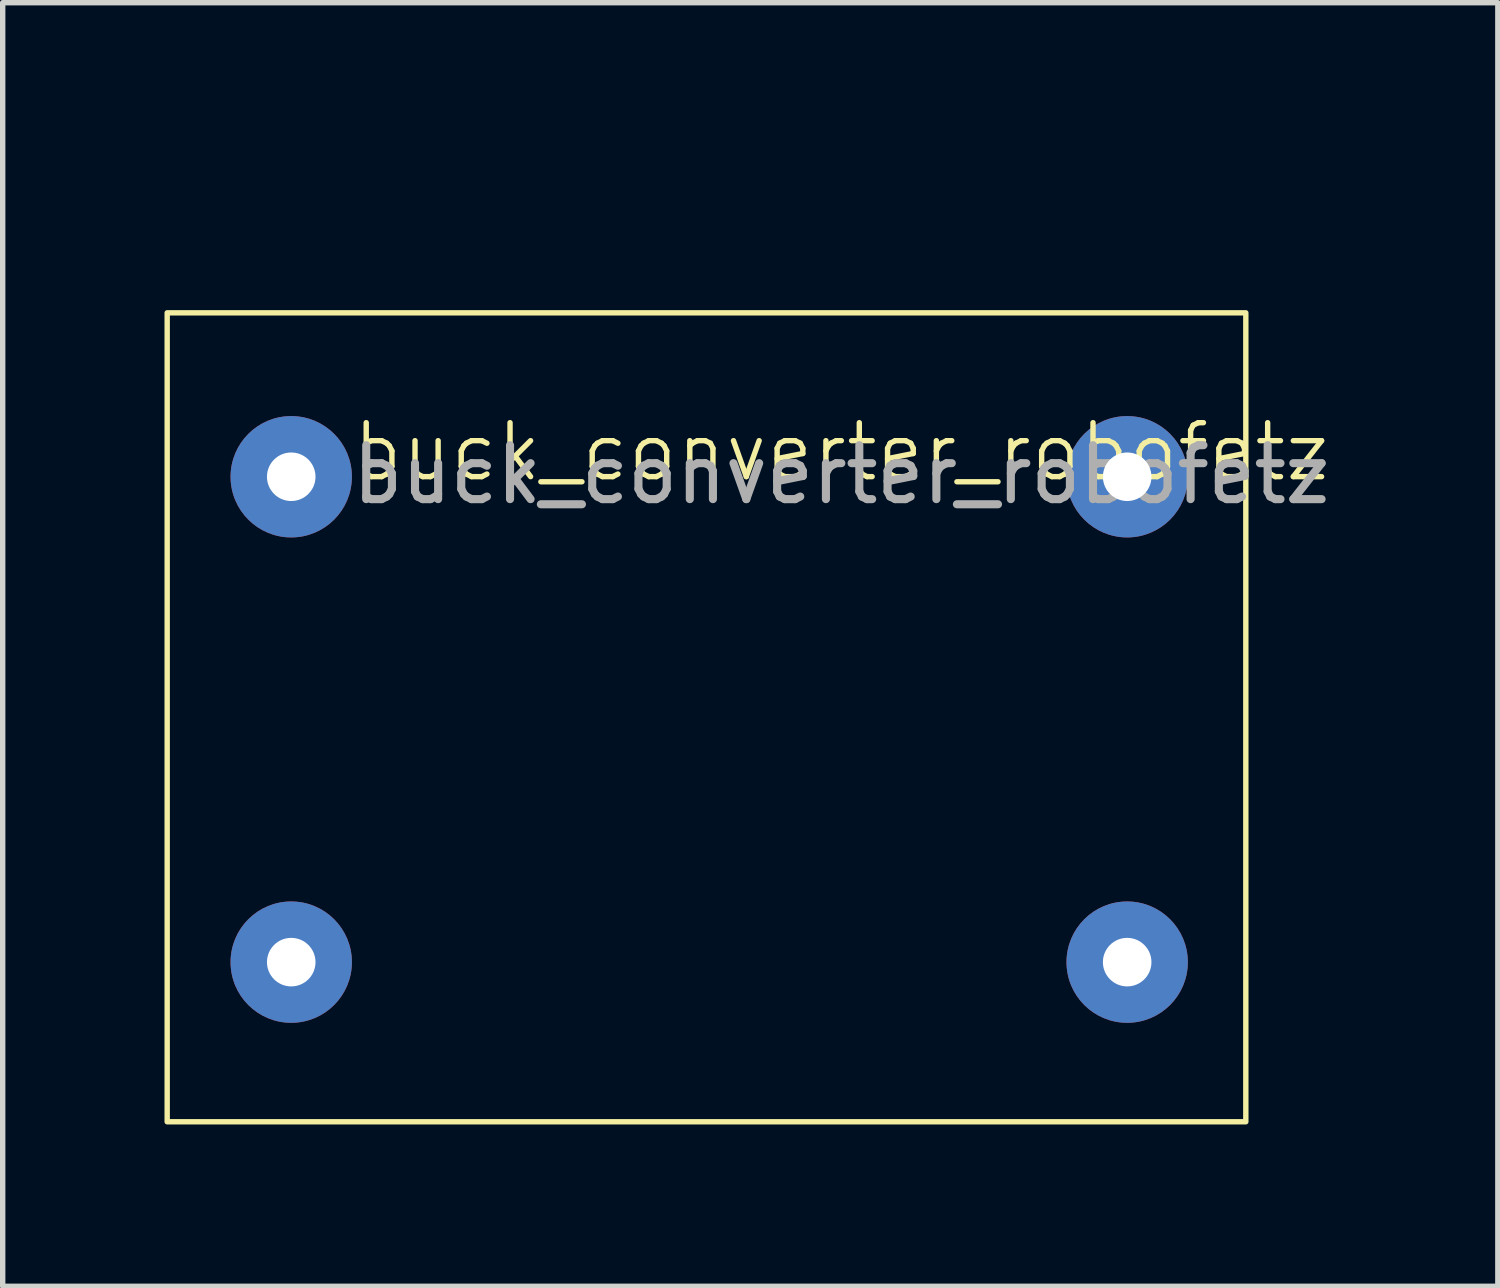
<source format=kicad_pcb>
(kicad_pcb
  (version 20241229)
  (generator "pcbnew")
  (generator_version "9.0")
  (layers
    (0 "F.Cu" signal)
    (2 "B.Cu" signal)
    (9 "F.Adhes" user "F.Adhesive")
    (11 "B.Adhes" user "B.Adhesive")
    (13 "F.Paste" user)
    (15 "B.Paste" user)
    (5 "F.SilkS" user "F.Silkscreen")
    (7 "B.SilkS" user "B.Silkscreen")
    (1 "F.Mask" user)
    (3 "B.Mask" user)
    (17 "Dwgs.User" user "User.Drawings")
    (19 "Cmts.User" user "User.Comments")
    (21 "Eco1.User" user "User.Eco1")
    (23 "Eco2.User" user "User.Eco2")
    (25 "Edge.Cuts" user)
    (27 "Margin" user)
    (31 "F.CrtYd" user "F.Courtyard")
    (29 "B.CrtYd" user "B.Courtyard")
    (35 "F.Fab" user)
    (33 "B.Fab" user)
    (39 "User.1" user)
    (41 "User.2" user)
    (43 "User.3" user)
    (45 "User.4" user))
  (footprint "buck_converter_robofetz"
    (layer "F.Cu")
    (at 12.55 0.25)
    (property "Reference" "buck_converter_robofetz" (at 0 5.08 0) (unlocked yes) (layer "F.SilkS") (effects (font (size 1 1) (thickness 0.1))))
    (attr smd)
    (fp_rect (start -12.5 2.5) (end 7.5 17.5) (stroke (width 0.1) (type default)) (fill no) (layer "F.SilkS"))
    (fp_text user "${REFERENCE}" (at 0 5.5 0) (unlocked yes) (layer "F.Fab") (effects (font (size 1 1) (thickness 0.15))))
    (pad "1" thru_hole circle (at -10.2 5.54) (size 2.25 2.25) (drill 0.9) (layers "*.Cu" "*.Mask"))
    (pad "2" thru_hole circle (at -10.2 14.54) (size 2.25 2.25) (drill 0.9) (layers "*.Cu" "*.Mask"))
    (pad "3" thru_hole circle (at 5.3 5.54) (size 2.25 2.25) (drill 0.9) (layers "*.Cu" "*.Mask"))
    (pad "4" thru_hole circle (at 5.3 14.54) (size 2.25 2.25) (drill 0.9) (layers "*.Cu" "*.Mask")))
  (gr_rect
    (start -3 -3)
    (end 24.723 20.8)
    (stroke (width 0.1) (type default))
    (fill no)
    (layer "Edge.Cuts")))
</source>
